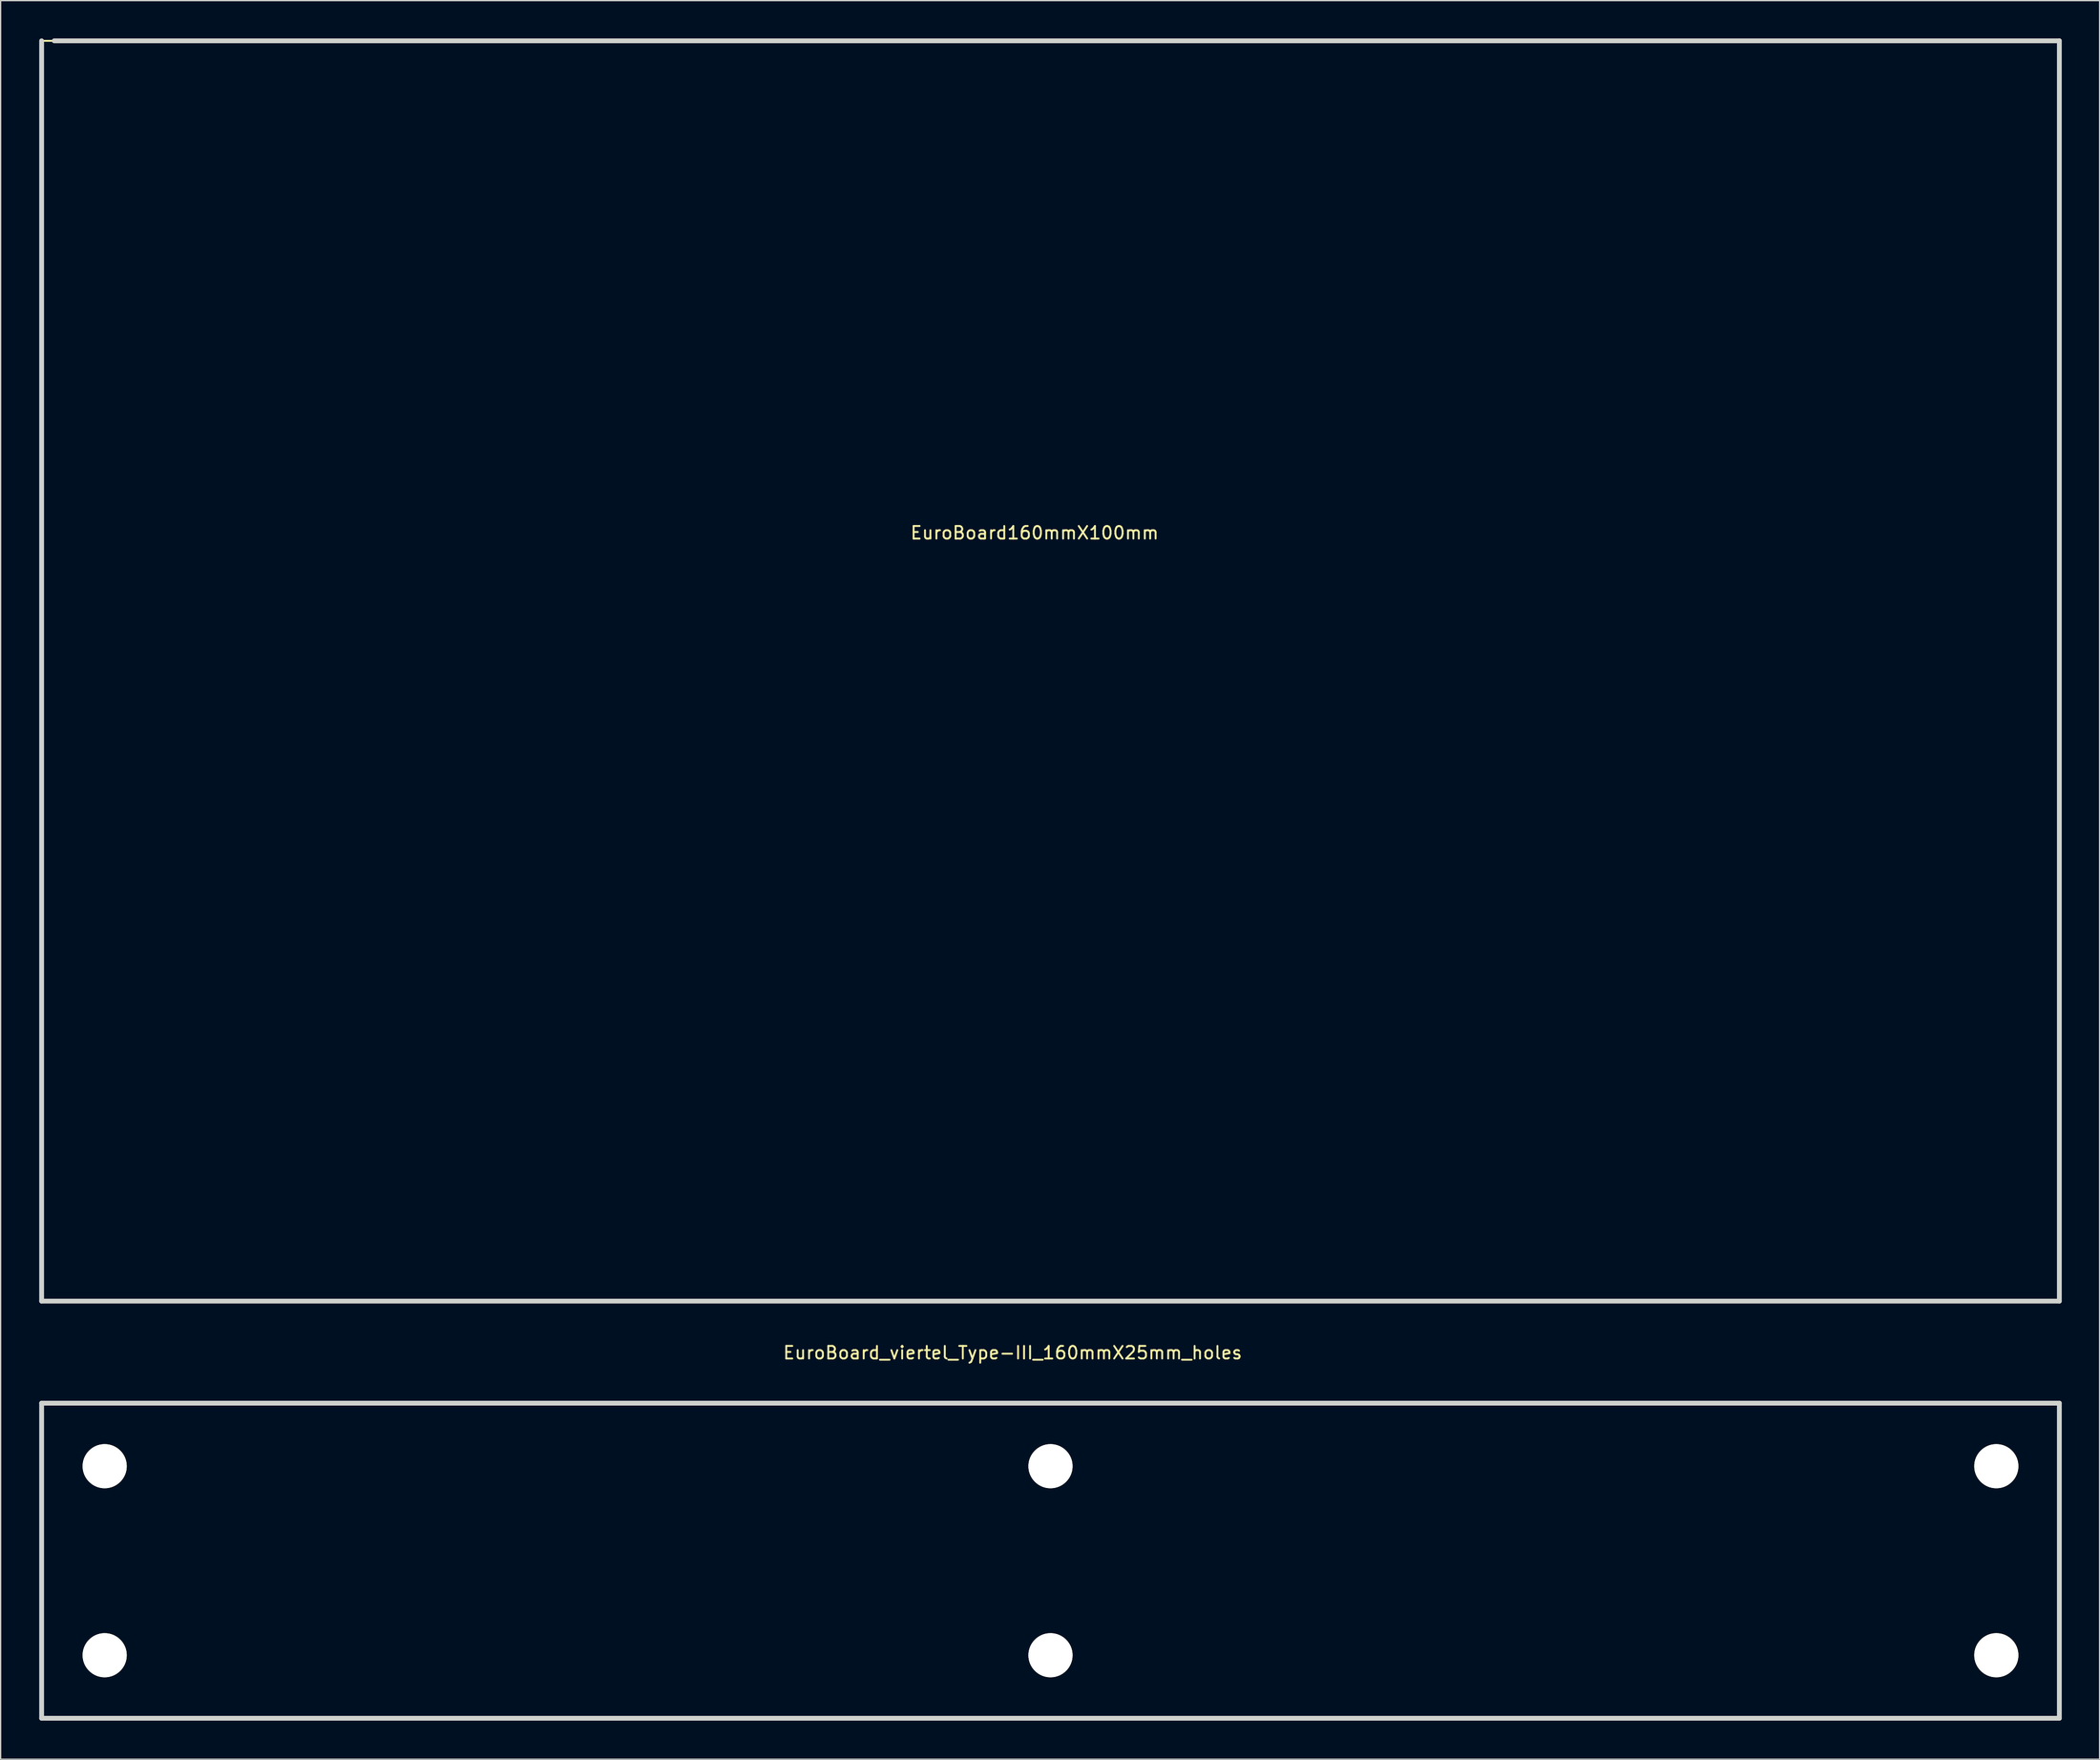
<source format=kicad_pcb>
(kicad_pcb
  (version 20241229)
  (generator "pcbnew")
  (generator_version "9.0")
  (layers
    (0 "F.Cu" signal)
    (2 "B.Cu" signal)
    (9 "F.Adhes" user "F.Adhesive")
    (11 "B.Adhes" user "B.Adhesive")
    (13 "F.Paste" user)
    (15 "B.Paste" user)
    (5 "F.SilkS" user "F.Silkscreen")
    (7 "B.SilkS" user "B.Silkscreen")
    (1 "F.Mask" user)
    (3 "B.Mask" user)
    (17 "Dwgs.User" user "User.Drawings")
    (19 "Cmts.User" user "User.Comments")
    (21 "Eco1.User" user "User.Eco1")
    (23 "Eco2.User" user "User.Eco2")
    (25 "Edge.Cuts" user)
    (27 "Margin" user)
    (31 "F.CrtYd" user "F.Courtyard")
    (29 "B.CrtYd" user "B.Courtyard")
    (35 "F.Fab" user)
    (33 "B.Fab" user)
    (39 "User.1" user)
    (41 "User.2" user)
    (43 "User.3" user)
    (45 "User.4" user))
  (footprint "EuroBoard_viertel_Type-III_160mmX25mm_holes"
    (layer "F.Cu")
    (at 0.25 133.288)
    (property "Reference" "EuroBoard_viertel_Type-III_160mmX25mm_holes" (at 77 -28.999 0) (layer "F.SilkS") (effects (font (size 1 1) (thickness 0.15))))
    (attr through_hole)
    (fp_line (start 0 -25.001) (end 0 0) (stroke (width 0.381) (type solid)) (layer "Edge.Cuts"))
    (fp_line (start 0 0) (end 160 0) (stroke (width 0.381) (type solid)) (layer "Edge.Cuts"))
    (fp_line (start 160 -25.001) (end 0 -25.001) (stroke (width 0.381) (type solid)) (layer "Edge.Cuts"))
    (fp_line (start 160 0) (end 160 -25.001) (stroke (width 0.381) (type solid)) (layer "Edge.Cuts"))
    (pad "" np_thru_hole circle (at 5.001 -20) (size 3.5 3.5) (drill 3.5) (layers "*.Cu" "*.Mask" "F.SilkS"))
    (pad "" np_thru_hole circle (at 5.001 -5.001) (size 3.5 3.5) (drill 3.5) (layers "*.Cu" "*.Mask" "F.SilkS"))
    (pad "" np_thru_hole circle (at 80 -20) (size 3.5 3.5) (drill 3.5) (layers "*.Cu" "*.Mask" "F.SilkS"))
    (pad "" np_thru_hole circle (at 80 -5.001) (size 3.5 3.5) (drill 3.5) (layers "*.Cu" "*.Mask" "F.SilkS"))
    (pad "" np_thru_hole circle (at 155.001 -20) (size 3.5 3.5) (drill 3.5) (layers "*.Cu" "*.Mask" "F.SilkS"))
    (pad "" np_thru_hole circle (at 155.001 -5.001) (size 3.5 3.5) (drill 3.5) (layers "*.Cu" "*.Mask" "F.SilkS")))
  (footprint "EuroBoard160mmX100mm"
    (layer "F.Cu")
    (at 0.25 100.19)
    (property "Reference" "EuroBoard160mmX100mm" (at 78.74 -60.96 0) (layer "F.SilkS") (effects (font (size 1 1) (thickness 0.15))))
    (attr through_hole)
    (fp_line (start 1.001 -100) (end 0 -100) (stroke (width 0.15) (type solid)) (layer "F.SilkS"))
    (fp_line (start 0 -100) (end 0 0) (stroke (width 0.381) (type solid)) (layer "Edge.Cuts"))
    (fp_line (start 0 0) (end 160 0) (stroke (width 0.381) (type solid)) (layer "Edge.Cuts"))
    (fp_line (start 160 -100) (end 1.001 -100) (stroke (width 0.381) (type solid)) (layer "Edge.Cuts"))
    (fp_line (start 160 0) (end 160 -100) (stroke (width 0.381) (type solid)) (layer "Edge.Cuts")))
  (gr_rect
    (start -3 -3)
    (end 163.44 136.538)
    (stroke (width 0.1) (type default))
    (fill no)
    (layer "Edge.Cuts")))
</source>
